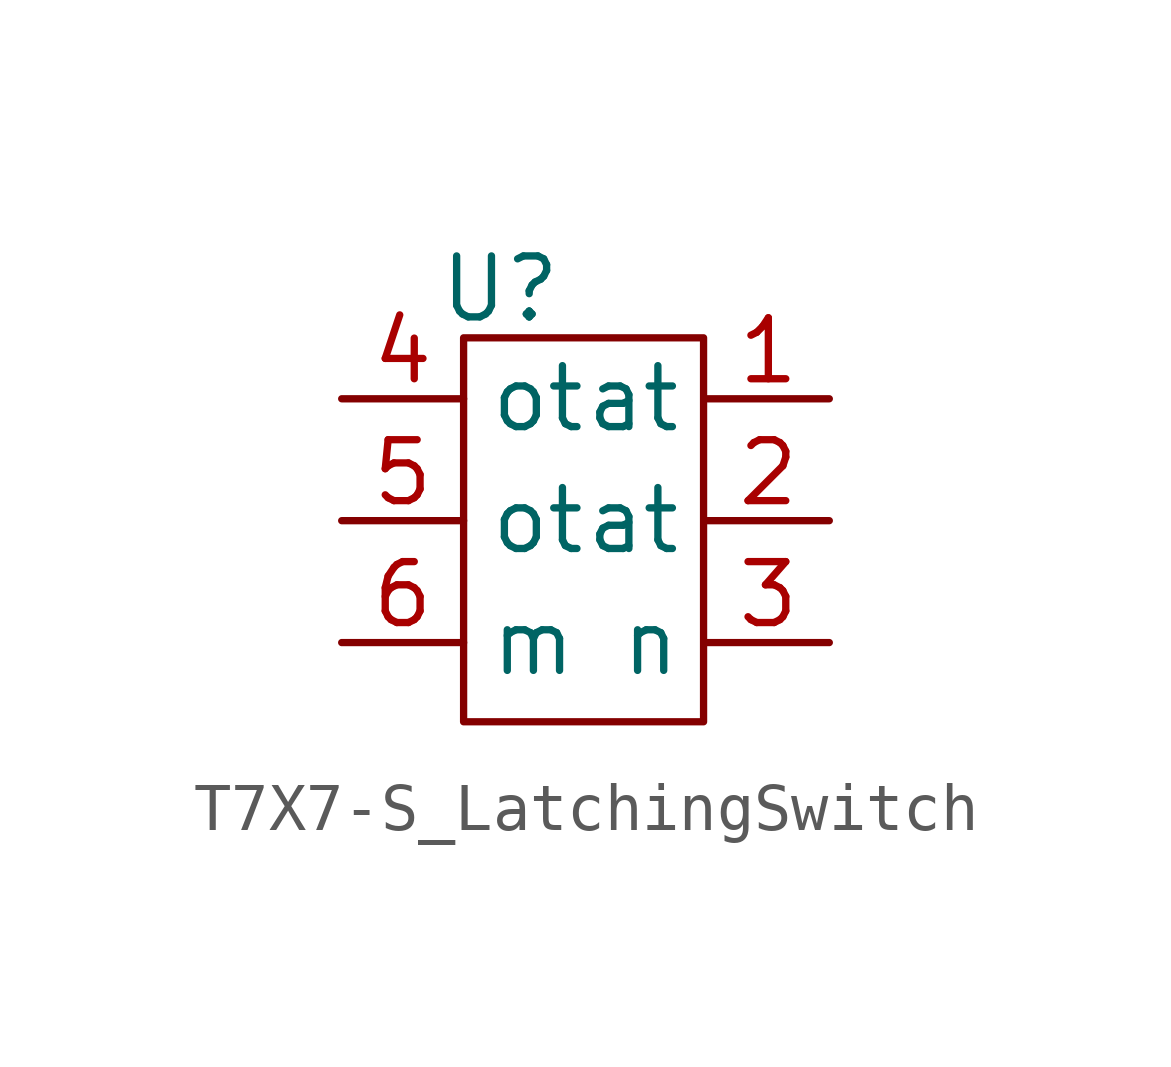
<source format=kicad_sym>
(kicad_symbol_lib
  (version 20231120)
  (generator "kicad_symbol_editor")
  (generator_version "8.0")
  (symbol "T7X7-S_LatchingSwitch"
    (property "Reference" "U"
      (at 0.762 1.016 0)
      (effects (font (size 1.27 1.27))))
    (property "Value" ""
      (at 0 0 0)
      (effects (font (size 1.27 1.27))))
    (symbol "T7X7-S_LatchingSwitch_0_1"
      (rectangle (start 0 0) (end 5 -8) (stroke (width 0) (type default)) (fill (type none))))
    (symbol "T7X7-S_LatchingSwitch_1_1"
      (pin input line (at 7.62 -1.27 180) (length 2.54) (name "at" (effects (font (size 1.27 1.27)))) (number "1" (effects (font (size 1.27 1.27)))))
      (pin input line (at 7.62 -3.81 180) (length 2.54) (name "at" (effects (font (size 1.27 1.27)))) (number "2" (effects (font (size 1.27 1.27)))))
      (pin input line (at 7.62 -6.35 180) (length 2.54) (name "n" (effects (font (size 1.27 1.27)))) (number "3" (effects (font (size 1.27 1.27)))))
      (pin input line (at -2.54 -1.27 0) (length 2.54) (name "ot" (effects (font (size 1.27 1.27)))) (number "4" (effects (font (size 1.27 1.27)))))
      (pin input line (at -2.54 -3.81 0) (length 2.54) (name "ot" (effects (font (size 1.27 1.27)))) (number "5" (effects (font (size 1.27 1.27)))))
      (pin input line (at -2.54 -6.35 0) (length 2.54) (name "m" (effects (font (size 1.27 1.27)))) (number "6" (effects (font (size 1.27 1.27))))))))
</source>
